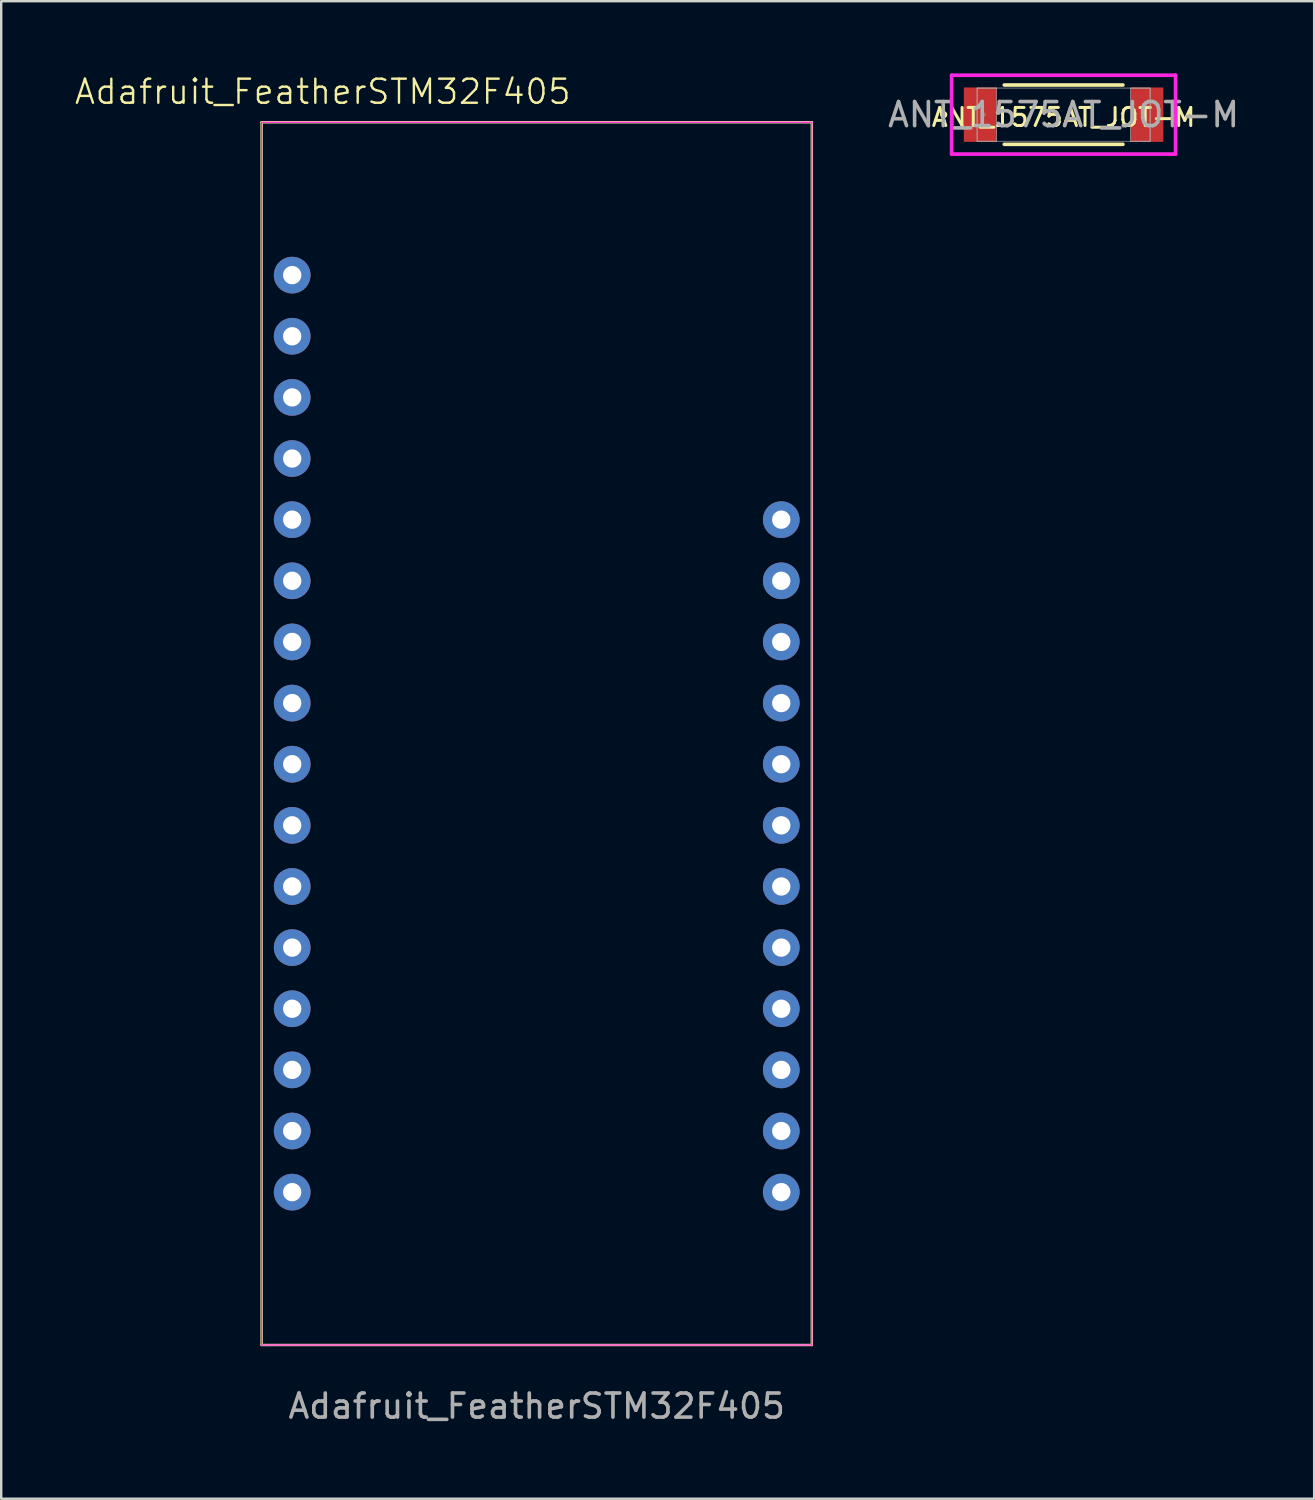
<source format=kicad_pcb>
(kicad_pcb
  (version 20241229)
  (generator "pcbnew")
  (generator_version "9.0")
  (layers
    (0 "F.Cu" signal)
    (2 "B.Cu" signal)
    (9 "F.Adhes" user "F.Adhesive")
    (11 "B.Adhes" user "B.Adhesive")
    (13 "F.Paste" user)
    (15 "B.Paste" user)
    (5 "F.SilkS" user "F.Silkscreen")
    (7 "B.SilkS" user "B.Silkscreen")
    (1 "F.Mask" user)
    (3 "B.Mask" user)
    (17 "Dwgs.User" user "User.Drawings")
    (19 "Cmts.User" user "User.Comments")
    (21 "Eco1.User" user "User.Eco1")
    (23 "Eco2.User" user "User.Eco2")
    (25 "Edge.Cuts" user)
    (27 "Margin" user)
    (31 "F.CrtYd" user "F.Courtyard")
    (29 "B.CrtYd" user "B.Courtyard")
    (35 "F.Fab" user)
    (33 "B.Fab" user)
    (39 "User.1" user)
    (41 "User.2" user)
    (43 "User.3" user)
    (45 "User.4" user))
  (footprint "Adafruit_FeatherSTM32F405"
    (layer "F.Cu")
    (at 19.25 10.921)
    (property "Reference" "Adafruit_FeatherSTM32F405" (at -8.89 -10.16 0) (unlocked yes) (layer "F.SilkS") (effects (font (size 1 1) (thickness 0.1))))
    (attr through_hole)
    (fp_line (start -11.43 -8.89) (end -11.43 41.91) (stroke (width 0.1) (type default)) (layer "F.SilkS"))
    (fp_line (start -11.43 41.91) (end 11.43 41.91) (stroke (width 0.1) (type default)) (layer "F.SilkS"))
    (fp_line (start 11.43 -8.89) (end -11.43 -8.89) (stroke (width 0.1) (type default)) (layer "F.SilkS"))
    (fp_line (start 11.43 41.91) (end 11.43 -8.89) (stroke (width 0.1) (type default)) (layer "F.SilkS"))
    (fp_line (start -11.43 -8.89) (end -11.43 41.91) (stroke (width 0.05) (type default)) (layer "F.CrtYd"))
    (fp_line (start -11.43 41.91) (end 11.43 41.91) (stroke (width 0.05) (type default)) (layer "F.CrtYd"))
    (fp_line (start 11.43 -8.89) (end -11.43 -8.89) (stroke (width 0.05) (type default)) (layer "F.CrtYd"))
    (fp_line (start 11.43 41.91) (end 11.43 -8.89) (stroke (width 0.05) (type default)) (layer "F.CrtYd"))
    (fp_text user "${REFERENCE}" (at 0 44.45 0) (unlocked yes) (layer "F.Fab") (effects (font (size 1 1) (thickness 0.15))))
    (pad "1" thru_hole circle (at -10.16 -2.54) (size 1.524 1.524) (drill 0.762) (layers "*.Cu" "*.Mask"))
    (pad "2" thru_hole circle (at -10.16 0) (size 1.524 1.524) (drill 0.762) (layers "*.Cu" "*.Mask"))
    (pad "3" thru_hole circle (at -10.16 2.54) (size 1.524 1.524) (drill 0.762) (layers "*.Cu" "*.Mask"))
    (pad "4" thru_hole circle (at -10.16 5.08) (size 1.524 1.524) (drill 0.762) (layers "*.Cu" "*.Mask"))
    (pad "5" thru_hole circle (at -10.16 7.62) (size 1.524 1.524) (drill 0.762) (layers "*.Cu" "*.Mask"))
    (pad "6" thru_hole circle (at -10.16 10.16) (size 1.524 1.524) (drill 0.762) (layers "*.Cu" "*.Mask"))
    (pad "7" thru_hole circle (at -10.16 12.7) (size 1.524 1.524) (drill 0.762) (layers "*.Cu" "*.Mask"))
    (pad "8" thru_hole circle (at -10.16 15.24) (size 1.524 1.524) (drill 0.762) (layers "*.Cu" "*.Mask"))
    (pad "9" thru_hole circle (at -10.16 17.78) (size 1.524 1.524) (drill 0.762) (layers "*.Cu" "*.Mask"))
    (pad "10" thru_hole circle (at -10.16 20.32) (size 1.524 1.524) (drill 0.762) (layers "*.Cu" "*.Mask"))
    (pad "11" thru_hole circle (at -10.16 22.86) (size 1.524 1.524) (drill 0.762) (layers "*.Cu" "*.Mask"))
    (pad "12" thru_hole circle (at -10.16 25.4) (size 1.524 1.524) (drill 0.762) (layers "*.Cu" "*.Mask"))
    (pad "13" thru_hole circle (at -10.16 27.94) (size 1.524 1.524) (drill 0.762) (layers "*.Cu" "*.Mask"))
    (pad "14" thru_hole circle (at -10.16 30.48) (size 1.524 1.524) (drill 0.762) (layers "*.Cu" "*.Mask"))
    (pad "15" thru_hole circle (at -10.16 33.02) (size 1.524 1.524) (drill 0.762) (layers "*.Cu" "*.Mask"))
    (pad "16" thru_hole circle (at -10.16 35.56) (size 1.524 1.524) (drill 0.762) (layers "*.Cu" "*.Mask"))
    (pad "17" thru_hole circle (at 10.16 35.56) (size 1.524 1.524) (drill 0.762) (layers "*.Cu" "*.Mask"))
    (pad "18" thru_hole circle (at 10.16 33.02) (size 1.524 1.524) (drill 0.762) (layers "*.Cu" "*.Mask"))
    (pad "19" thru_hole circle (at 10.16 30.48) (size 1.524 1.524) (drill 0.762) (layers "*.Cu" "*.Mask"))
    (pad "20" thru_hole circle (at 10.16 27.94) (size 1.524 1.524) (drill 0.762) (layers "*.Cu" "*.Mask"))
    (pad "21" thru_hole circle (at 10.16 25.4) (size 1.524 1.524) (drill 0.762) (layers "*.Cu" "*.Mask"))
    (pad "22" thru_hole circle (at 10.16 22.86) (size 1.524 1.524) (drill 0.762) (layers "*.Cu" "*.Mask"))
    (pad "23" thru_hole circle (at 10.16 20.32) (size 1.524 1.524) (drill 0.762) (layers "*.Cu" "*.Mask"))
    (pad "24" thru_hole circle (at 10.16 17.78) (size 1.524 1.524) (drill 0.762) (layers "*.Cu" "*.Mask"))
    (pad "25" thru_hole circle (at 10.16 15.24) (size 1.524 1.524) (drill 0.762) (layers "*.Cu" "*.Mask"))
    (pad "26" thru_hole circle (at 10.16 12.7) (size 1.524 1.524) (drill 0.762) (layers "*.Cu" "*.Mask"))
    (pad "27" thru_hole circle (at 10.16 10.16) (size 1.524 1.524) (drill 0.762) (layers "*.Cu" "*.Mask"))
    (pad "28" thru_hole circle (at 10.16 7.62) (size 1.524 1.524) (drill 0.762) (layers "*.Cu" "*.Mask")))
  (footprint "ANT_1575AT_JOT-M"
    (layer "F.Cu")
    (at 41.14 1.714)
    (property "Reference" "ANT_1575AT_JOT-M" (at -0.003 0.11 0) (layer "F.SilkS") (effects (font (size 0.75 0.75) (thickness 0.125))))
    (attr smd)
    (fp_line (start -2.465 1.232) (end 2.465 1.232) (stroke (width 0.15) (type solid)) (layer "F.SilkS"))
    (fp_line (start 2.465 -1.232) (end -2.465 -1.232) (stroke (width 0.15) (type solid)) (layer "F.SilkS"))
    (fp_circle (center -4.982 0) (end -4.906 0) (stroke (width 0.15) (type solid)) (fill no) (layer "F.SilkS"))
    (fp_line (start -4.652 -1.638) (end 4.652 -1.638) (stroke (width 0.152) (type solid)) (layer "F.CrtYd"))
    (fp_line (start -4.652 1.638) (end -4.652 -1.638) (stroke (width 0.152) (type solid)) (layer "F.CrtYd"))
    (fp_line (start 4.652 -1.638) (end 4.652 1.638) (stroke (width 0.152) (type solid)) (layer "F.CrtYd"))
    (fp_line (start 4.652 1.638) (end -4.652 1.638) (stroke (width 0.152) (type solid)) (layer "F.CrtYd"))
    (fp_line (start -3.594 -1.105) (end -3.594 1.105) (stroke (width 0.025) (type solid)) (layer "F.Fab"))
    (fp_line (start -3.594 -1.105) (end -3.594 1.105) (stroke (width 0.025) (type solid)) (layer "F.Fab"))
    (fp_line (start -3.594 1.105) (end -2.781 1.105) (stroke (width 0.025) (type solid)) (layer "F.Fab"))
    (fp_line (start -3.594 1.105) (end 3.594 1.105) (stroke (width 0.025) (type solid)) (layer "F.Fab"))
    (fp_line (start -2.781 -1.105) (end -3.594 -1.105) (stroke (width 0.025) (type solid)) (layer "F.Fab"))
    (fp_line (start -2.781 1.105) (end -2.781 -1.105) (stroke (width 0.025) (type solid)) (layer "F.Fab"))
    (fp_line (start 2.781 -1.105) (end 2.781 1.105) (stroke (width 0.025) (type solid)) (layer "F.Fab"))
    (fp_line (start 2.781 1.105) (end 3.594 1.105) (stroke (width 0.025) (type solid)) (layer "F.Fab"))
    (fp_line (start 3.594 -1.105) (end -3.594 -1.105) (stroke (width 0.025) (type solid)) (layer "F.Fab"))
    (fp_line (start 3.594 -1.105) (end 2.781 -1.105) (stroke (width 0.025) (type solid)) (layer "F.Fab"))
    (fp_line (start 3.594 1.105) (end 3.594 -1.105) (stroke (width 0.025) (type solid)) (layer "F.Fab"))
    (fp_line (start 3.594 1.105) (end 3.594 -1.105) (stroke (width 0.025) (type solid)) (layer "F.Fab"))
    (fp_circle (center -3.336 0) (end -3.26 0) (stroke (width 0.025) (type solid)) (fill no) (layer "F.Fab"))
    (fp_text user "${REFERENCE}" (at 0 0 0) (unlocked yes) (layer "F.Fab") (effects (font (size 1 1) (thickness 0.15))))
    (pad "1" smd rect (at -3.463 0) (size 1.363 2.26) (layers "F.Cu" "F.Mask" "F.Paste"))
    (pad "2" smd rect (at 3.463 0) (size 1.363 2.26) (layers "F.Cu" "F.Mask" "F.Paste"))
    (zone (net_name "") (layer "F.Cu") (hatch full 0.508) (connect_pads) (min_thickness 0.254) (filled_areas_thickness no) (keepout (tracks not_allowed) (vias not_allowed) (pads allowed) (copperpour not_allowed) (footprints allowed)) (placement (enabled no)) (fill) (polygon (pts (xy 38.41 0.66) (xy 43.871 0.66) (xy 43.871 2.768) (xy 38.41 2.768)))))
  (gr_rect
    (start -3 -3)
    (end 51.551 59.219)
    (stroke (width 0.1) (type default))
    (fill no)
    (layer "Edge.Cuts")))
</source>
